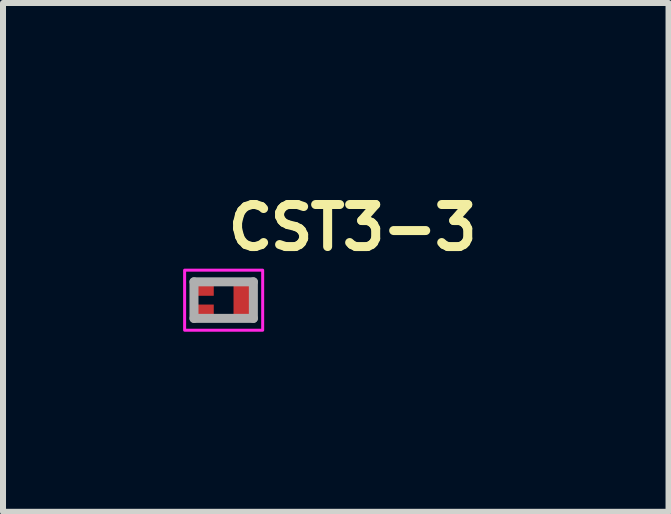
<source format=kicad_pcb>
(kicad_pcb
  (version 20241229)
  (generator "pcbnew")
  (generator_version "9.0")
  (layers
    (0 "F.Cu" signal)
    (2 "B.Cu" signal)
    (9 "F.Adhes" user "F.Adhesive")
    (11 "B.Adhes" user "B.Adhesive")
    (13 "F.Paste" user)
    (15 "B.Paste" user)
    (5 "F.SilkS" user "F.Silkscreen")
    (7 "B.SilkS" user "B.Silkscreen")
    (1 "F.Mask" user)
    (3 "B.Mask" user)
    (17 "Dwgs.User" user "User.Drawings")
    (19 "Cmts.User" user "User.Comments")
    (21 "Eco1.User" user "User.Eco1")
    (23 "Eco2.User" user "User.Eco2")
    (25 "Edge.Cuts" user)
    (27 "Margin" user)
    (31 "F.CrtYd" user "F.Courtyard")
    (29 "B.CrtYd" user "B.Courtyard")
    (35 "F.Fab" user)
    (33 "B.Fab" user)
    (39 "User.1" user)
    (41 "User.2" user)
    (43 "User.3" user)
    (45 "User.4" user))
  (footprint "CST3-3"
    (layer "F.Cu")
    (at 0.675 1.95)
    (property "Reference" "CST3-3" (at 0 -0.8 0) (layer "F.SilkS") (effects (font (size 0.7 0.7) (thickness 0.15)) (justify left bottom)))
    (attr smd)
    (fp_rect (start -0.65 -0.5) (end 0.65 0.5) (stroke (width 0.05) (type solid)) (fill no) (layer "F.CrtYd"))
    (fp_line (start -0.494 -0.306) (end -0.494 0.303) (stroke (width 0.15) (type solid)) (layer "F.Fab"))
    (fp_line (start -0.494 0.303) (end 0.495 0.303) (stroke (width 0.15) (type solid)) (layer "F.Fab"))
    (fp_line (start 0.495 -0.306) (end -0.494 -0.306) (stroke (width 0.15) (type solid)) (layer "F.Fab"))
    (fp_line (start 0.495 0.303) (end 0.495 -0.306) (stroke (width 0.15) (type solid)) (layer "F.Fab"))
    (fp_rect (start -0.499 -0.3) (end 0.499 0.299) (stroke (width 0.1) (type solid)) (fill no) (layer "User.5"))
    (fp_line (start -0.499 -0.3) (end -0.499 0.299) (stroke (width 0.02) (type solid)) (layer "User.9"))
    (fp_line (start -0.499 0.299) (end 0.499 0.299) (stroke (width 0.02) (type solid)) (layer "User.9"))
    (fp_line (start 0.499 -0.3) (end -0.499 -0.3) (stroke (width 0.02) (type solid)) (layer "User.9"))
    (fp_line (start 0.499 0.299) (end 0.499 -0.3) (stroke (width 0.02) (type solid)) (layer "User.9"))
    (pad "1" smd rect (at -0.317 -0.175) (size 0.305 0.203) (layers "F.Cu" "F.Mask" "F.Paste"))
    (pad "2" smd rect (at -0.317 0.174) (size 0.305 0.203) (layers "F.Cu" "F.Mask" "F.Paste"))
    (pad "3" smd rect (at 0.317 0) (size 0.305 0.559) (layers "F.Cu" "F.Mask" "F.Paste")))
  (gr_rect
    (start -3 -3)
    (end 8.085 5.475)
    (stroke (width 0.1) (type default))
    (fill no)
    (layer "Edge.Cuts")))
</source>
